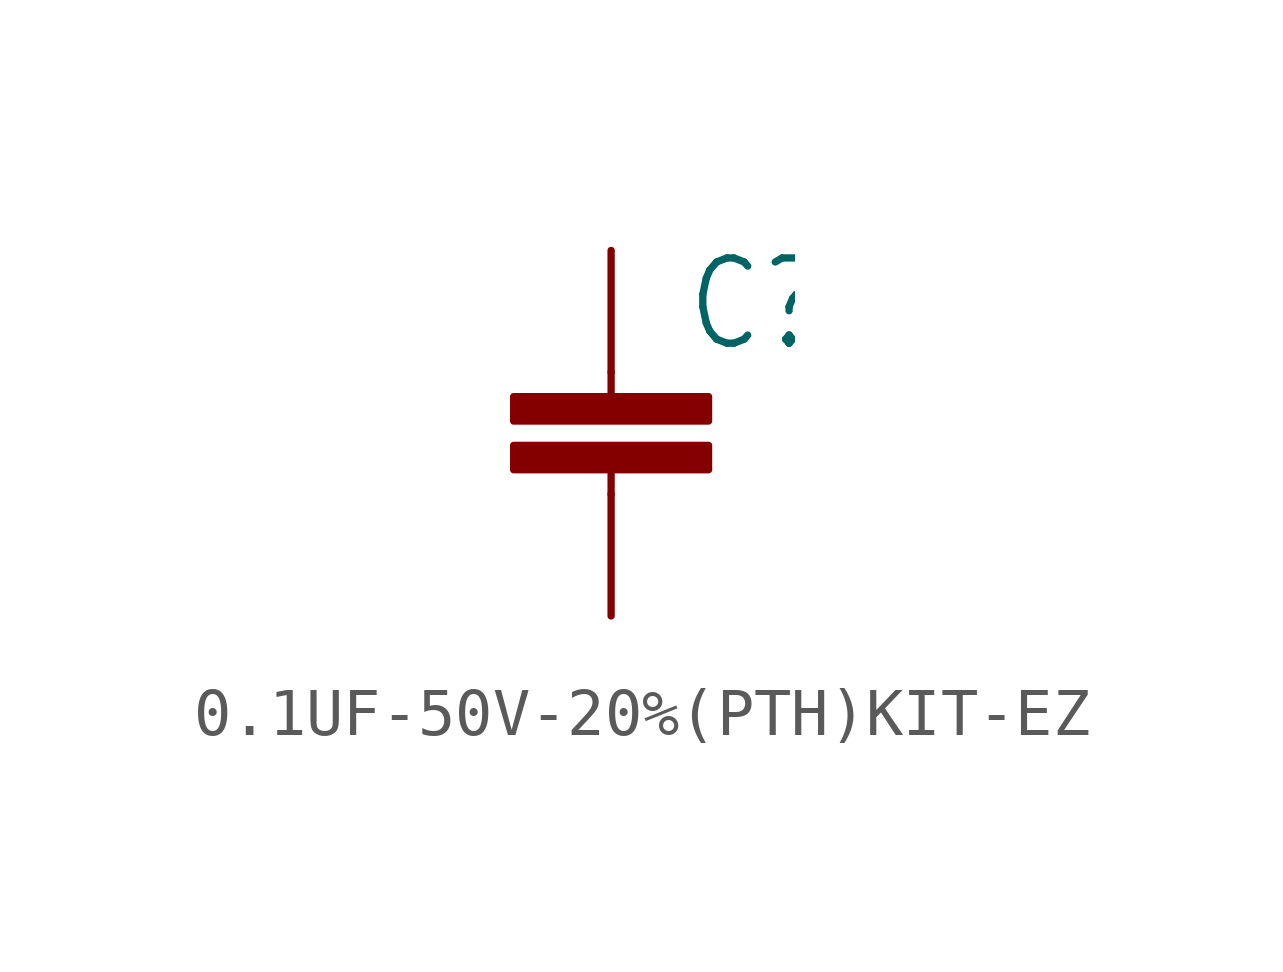
<source format=kicad_sym>
(kicad_symbol_lib
  (version 20231120)
  (generator "kicad_symbol_editor")
  (generator_version "8.0")
  (symbol "0.1UF-50V-20%(PTH)KIT-EZ"
    (property "Reference" "C"
      (at 1.524 2.921 0)
      (effects (font (size 1.778 1.511)) (justify left bottom)))
    (property "Value" ""
      (at 1.524 -2.159 0)
      (effects (font (size 1.778 1.511)) (justify left bottom)))
    (property "ki_locked" ""
      (at 0 0 0)
      (effects (font (size 1.27 1.27))))
    (symbol "0.1UF-50V-20%(PTH)KIT-EZ_1_0"
      (rectangle (start -2.032 0.508) (end 2.032 1.016) (stroke (width 0) (type default)) (fill (type outline)))
      (rectangle (start -2.032 1.524) (end 2.032 2.032) (stroke (width 0) (type default)) (fill (type outline)))
      (polyline (pts (xy 0 0) (xy 0 0.508)) (stroke (width 0.152) (type solid)) (fill (type none)))
      (polyline (pts (xy 0 2.54) (xy 0 2.032)) (stroke (width 0.152) (type solid)) (fill (type none)))
      (pin passive line (at 0 5.08 270) (length 2.54) (name "1" (effects (font (size 0 0)))) (number "1" (effects (font (size 0 0)))))
      (pin passive line (at 0 -2.54 90) (length 2.54) (name "2" (effects (font (size 0 0)))) (number "2" (effects (font (size 0 0))))))))
</source>
